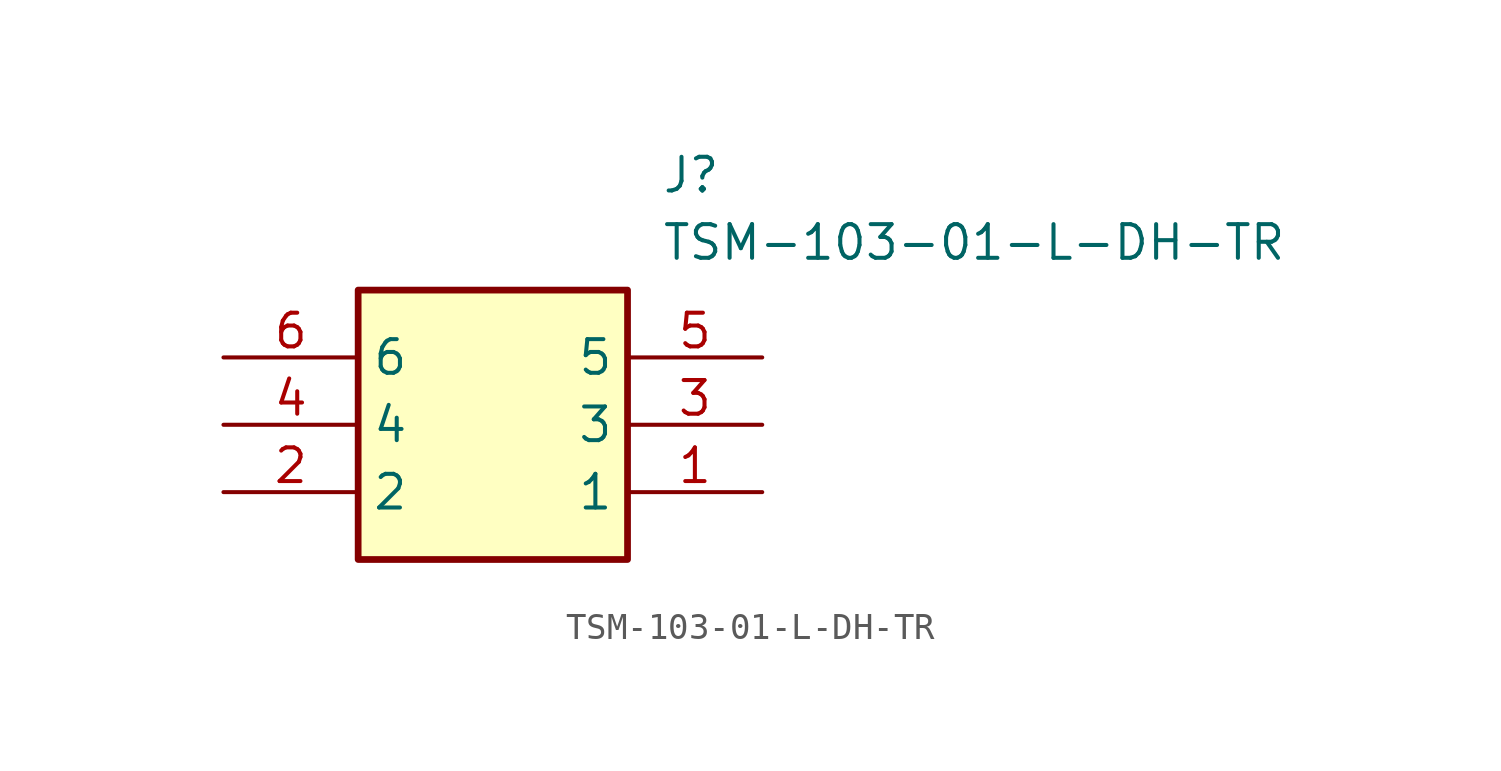
<source format=kicad_sym>
(kicad_symbol_lib
  (version 20211014)
  (generator SamacSys_ECAD_Model)
  (symbol "TSM-103-01-L-DH-TR"
    (property "Reference" "J"
      (at 16.51 7.62 0)
      (effects (font (size 1.27 1.27)) (justify left top)))
    (property "Value" "TSM-103-01-L-DH-TR"
      (at 16.51 5.08 0)
      (effects (font (size 1.27 1.27)) (justify left top)))
    (rectangle
      (start 5.08 2.54)
      (end 15.24 -7.62)
      (stroke (width 0.254) (type default))
      (fill (type background)))
    (pin passive line
      (at 20.32 -5.08 180)
      (length 5.08)
      (name "1" (effects (font (size 1.27 1.27))))
      (number "1" (effects (font (size 1.27 1.27)))))
    (pin passive line
      (at 0 -5.08 0)
      (length 5.08)
      (name "2" (effects (font (size 1.27 1.27))))
      (number "2" (effects (font (size 1.27 1.27)))))
    (pin passive line
      (at 20.32 -2.54 180)
      (length 5.08)
      (name "3" (effects (font (size 1.27 1.27))))
      (number "3" (effects (font (size 1.27 1.27)))))
    (pin passive line
      (at 0 -2.54 0)
      (length 5.08)
      (name "4" (effects (font (size 1.27 1.27))))
      (number "4" (effects (font (size 1.27 1.27)))))
    (pin passive line
      (at 20.32 0 180)
      (length 5.08)
      (name "5" (effects (font (size 1.27 1.27))))
      (number "5" (effects (font (size 1.27 1.27)))))
    (pin passive line
      (at 0 0 0)
      (length 5.08)
      (name "6" (effects (font (size 1.27 1.27))))
      (number "6" (effects (font (size 1.27 1.27)))))))
</source>
